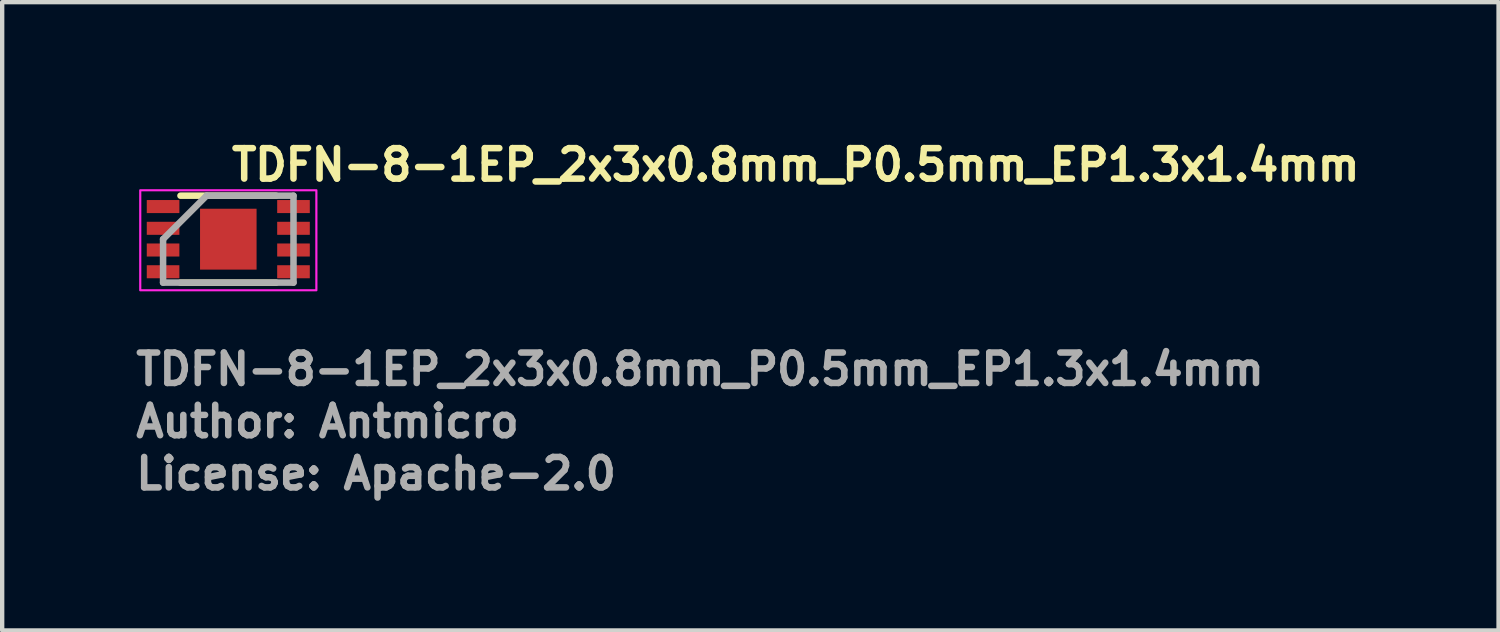
<source format=kicad_pcb>
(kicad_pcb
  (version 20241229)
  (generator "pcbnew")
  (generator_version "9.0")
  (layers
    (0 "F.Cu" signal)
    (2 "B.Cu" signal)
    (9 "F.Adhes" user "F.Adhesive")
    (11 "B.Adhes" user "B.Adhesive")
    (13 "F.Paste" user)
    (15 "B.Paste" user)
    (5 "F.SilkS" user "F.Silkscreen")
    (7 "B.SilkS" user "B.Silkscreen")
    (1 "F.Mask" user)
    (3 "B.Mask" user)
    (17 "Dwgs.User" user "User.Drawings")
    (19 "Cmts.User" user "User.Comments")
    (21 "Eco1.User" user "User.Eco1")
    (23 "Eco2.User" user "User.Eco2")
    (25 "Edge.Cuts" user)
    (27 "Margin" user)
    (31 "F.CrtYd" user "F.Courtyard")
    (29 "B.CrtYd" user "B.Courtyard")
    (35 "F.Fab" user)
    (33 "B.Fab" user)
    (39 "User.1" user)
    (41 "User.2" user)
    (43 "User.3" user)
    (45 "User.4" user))
  (footprint "TDFN-8-1EP_2x3x0.8mm_P0.5mm_EP1.3x1.4mm"
    (layer "F.Cu")
    (at 2.2 2.45)
    (property "Reference" "TDFN-8-1EP_2x3x0.8mm_P0.5mm_EP1.3x1.4mm" (at 0 -1.3 0) (layer "F.SilkS") (effects (font (size 0.7 0.7) (thickness 0.15)) (justify left bottom)))
    (attr smd)
    (fp_line (start -1.1 -1) (end 1.1 -1) (stroke (width 0.15) (type solid)) (layer "F.SilkS"))
    (fp_line (start -1.1 1) (end 1.1 1) (stroke (width 0.15) (type solid)) (layer "F.SilkS"))
    (fp_rect (start -2.025 -1.125) (end 2.025 1.175) (stroke (width 0.05) (type solid)) (fill no) (layer "F.CrtYd"))
    (fp_line (start -1.5 0) (end -0.5 -1) (stroke (width 0.15) (type solid)) (layer "F.Fab"))
    (fp_line (start -1.5 0.999) (end -1.5 0) (stroke (width 0.15) (type solid)) (layer "F.Fab"))
    (fp_line (start -0.5 -1) (end 1.499 -1) (stroke (width 0.15) (type solid)) (layer "F.Fab"))
    (fp_line (start 1.499 -1) (end 1.499 0.999) (stroke (width 0.15) (type solid)) (layer "F.Fab"))
    (fp_line (start 1.499 0.999) (end -1.5 0.999) (stroke (width 0.15) (type solid)) (layer "F.Fab"))
    (fp_line (start -1.52 -0.85) (end -1.5 -0.85) (stroke (width 0.01) (type solid)) (layer "User.9"))
    (fp_line (start -1.52 -0.6) (end -1.52 -0.85) (stroke (width 0.01) (type solid)) (layer "User.9"))
    (fp_line (start -1.52 -0.35) (end -1.5 -0.35) (stroke (width 0.01) (type solid)) (layer "User.9"))
    (fp_line (start -1.52 -0.1) (end -1.52 -0.35) (stroke (width 0.01) (type solid)) (layer "User.9"))
    (fp_line (start -1.52 0.15) (end -1.5 0.15) (stroke (width 0.01) (type solid)) (layer "User.9"))
    (fp_line (start -1.52 0.4) (end -1.52 0.15) (stroke (width 0.01) (type solid)) (layer "User.9"))
    (fp_line (start -1.52 0.65) (end -1.5 0.65) (stroke (width 0.01) (type solid)) (layer "User.9"))
    (fp_line (start -1.52 0.9) (end -1.52 0.65) (stroke (width 0.01) (type solid)) (layer "User.9"))
    (fp_line (start -1.5 -0.975) (end 1.5 -0.975) (stroke (width 0.01) (type solid)) (layer "User.9"))
    (fp_line (start -1.5 -0.6) (end -1.52 -0.6) (stroke (width 0.01) (type solid)) (layer "User.9"))
    (fp_line (start -1.5 -0.1) (end -1.52 -0.1) (stroke (width 0.01) (type solid)) (layer "User.9"))
    (fp_line (start -1.5 0.4) (end -1.52 0.4) (stroke (width 0.01) (type solid)) (layer "User.9"))
    (fp_line (start -1.5 0.9) (end -1.52 0.9) (stroke (width 0.01) (type solid)) (layer "User.9"))
    (fp_line (start -1.5 1.025) (end -1.5 -0.975) (stroke (width 0.01) (type solid)) (layer "User.9"))
    (fp_line (start -1.38 -0.677) (end -1.38 -0.677) (stroke (width 0.01) (type solid)) (layer "User.9"))
    (fp_line (start -1.38 -0.677) (end -1.38 -0.668) (stroke (width 0.01) (type solid)) (layer "User.9"))
    (fp_line (start -1.38 -0.686) (end -1.38 -0.677) (stroke (width 0.01) (type solid)) (layer "User.9"))
    (fp_line (start -1.38 -0.668) (end -1.379 -0.659) (stroke (width 0.01) (type solid)) (layer "User.9"))
    (fp_line (start -1.379 -0.695) (end -1.38 -0.686) (stroke (width 0.01) (type solid)) (layer "User.9"))
    (fp_line (start -1.379 -0.659) (end -1.378 -0.65) (stroke (width 0.01) (type solid)) (layer "User.9"))
    (fp_line (start -1.378 -0.704) (end -1.379 -0.695) (stroke (width 0.01) (type solid)) (layer "User.9"))
    (fp_line (start -1.378 -0.65) (end -1.376 -0.642) (stroke (width 0.01) (type solid)) (layer "User.9"))
    (fp_line (start -1.376 -0.712) (end -1.378 -0.704) (stroke (width 0.01) (type solid)) (layer "User.9"))
    (fp_line (start -1.376 -0.642) (end -1.374 -0.633) (stroke (width 0.01) (type solid)) (layer "User.9"))
    (fp_line (start -1.374 -0.721) (end -1.376 -0.712) (stroke (width 0.01) (type solid)) (layer "User.9"))
    (fp_line (start -1.374 -0.633) (end -1.372 -0.625) (stroke (width 0.01) (type solid)) (layer "User.9"))
    (fp_line (start -1.372 -0.729) (end -1.374 -0.721) (stroke (width 0.01) (type solid)) (layer "User.9"))
    (fp_line (start -1.372 -0.625) (end -1.369 -0.617) (stroke (width 0.01) (type solid)) (layer "User.9"))
    (fp_line (start -1.369 -0.737) (end -1.372 -0.729) (stroke (width 0.01) (type solid)) (layer "User.9"))
    (fp_line (start -1.369 -0.617) (end -1.366 -0.609) (stroke (width 0.01) (type solid)) (layer "User.9"))
    (fp_line (start -1.366 -0.745) (end -1.369 -0.737) (stroke (width 0.01) (type solid)) (layer "User.9"))
    (fp_line (start -1.366 -0.609) (end -1.363 -0.601) (stroke (width 0.01) (type solid)) (layer "User.9"))
    (fp_line (start -1.363 -0.753) (end -1.366 -0.745) (stroke (width 0.01) (type solid)) (layer "User.9"))
    (fp_line (start -1.363 -0.601) (end -1.359 -0.593) (stroke (width 0.01) (type solid)) (layer "User.9"))
    (fp_line (start -1.359 -0.76) (end -1.363 -0.753) (stroke (width 0.01) (type solid)) (layer "User.9"))
    (fp_line (start -1.359 -0.593) (end -1.355 -0.586) (stroke (width 0.01) (type solid)) (layer "User.9"))
    (fp_line (start -1.355 -0.768) (end -1.359 -0.76) (stroke (width 0.01) (type solid)) (layer "User.9"))
    (fp_line (start -1.355 -0.586) (end -1.35 -0.579) (stroke (width 0.01) (type solid)) (layer "User.9"))
    (fp_line (start -1.35 -0.775) (end -1.355 -0.768) (stroke (width 0.01) (type solid)) (layer "User.9"))
    (fp_line (start -1.35 -0.579) (end -1.345 -0.572) (stroke (width 0.01) (type solid)) (layer "User.9"))
    (fp_line (start -1.345 -0.782) (end -1.35 -0.775) (stroke (width 0.01) (type solid)) (layer "User.9"))
    (fp_line (start -1.345 -0.572) (end -1.34 -0.566) (stroke (width 0.01) (type solid)) (layer "User.9"))
    (fp_line (start -1.34 -0.788) (end -1.345 -0.782) (stroke (width 0.01) (type solid)) (layer "User.9"))
    (fp_line (start -1.34 -0.566) (end -1.334 -0.559) (stroke (width 0.01) (type solid)) (layer "User.9"))
    (fp_line (start -1.334 -0.795) (end -1.34 -0.788) (stroke (width 0.01) (type solid)) (layer "User.9"))
    (fp_line (start -1.334 -0.559) (end -1.329 -0.553) (stroke (width 0.01) (type solid)) (layer "User.9"))
    (fp_line (start -1.329 -0.801) (end -1.334 -0.795) (stroke (width 0.01) (type solid)) (layer "User.9"))
    (fp_line (start -1.329 -0.553) (end -1.323 -0.547) (stroke (width 0.01) (type solid)) (layer "User.9"))
    (fp_line (start -1.323 -0.806) (end -1.329 -0.801) (stroke (width 0.01) (type solid)) (layer "User.9"))
    (fp_line (start -1.323 -0.547) (end -1.316 -0.542) (stroke (width 0.01) (type solid)) (layer "User.9"))
    (fp_line (start -1.316 -0.812) (end -1.323 -0.806) (stroke (width 0.01) (type solid)) (layer "User.9"))
    (fp_line (start -1.316 -0.542) (end -1.31 -0.537) (stroke (width 0.01) (type solid)) (layer "User.9"))
    (fp_line (start -1.31 -0.817) (end -1.316 -0.812) (stroke (width 0.01) (type solid)) (layer "User.9"))
    (fp_line (start -1.31 -0.537) (end -1.303 -0.532) (stroke (width 0.01) (type solid)) (layer "User.9"))
    (fp_line (start -1.303 -0.822) (end -1.31 -0.817) (stroke (width 0.01) (type solid)) (layer "User.9"))
    (fp_line (start -1.303 -0.532) (end -1.296 -0.527) (stroke (width 0.01) (type solid)) (layer "User.9"))
    (fp_line (start -1.296 -0.827) (end -1.303 -0.822) (stroke (width 0.01) (type solid)) (layer "User.9"))
    (fp_line (start -1.296 -0.527) (end -1.288 -0.523) (stroke (width 0.01) (type solid)) (layer "User.9"))
    (fp_line (start -1.288 -0.831) (end -1.296 -0.827) (stroke (width 0.01) (type solid)) (layer "User.9"))
    (fp_line (start -1.288 -0.523) (end -1.281 -0.519) (stroke (width 0.01) (type solid)) (layer "User.9"))
    (fp_line (start -1.281 -0.835) (end -1.288 -0.831) (stroke (width 0.01) (type solid)) (layer "User.9"))
    (fp_line (start -1.281 -0.519) (end -1.273 -0.516) (stroke (width 0.01) (type solid)) (layer "User.9"))
    (fp_line (start -1.273 -0.838) (end -1.281 -0.835) (stroke (width 0.01) (type solid)) (layer "User.9"))
    (fp_line (start -1.273 -0.516) (end -1.265 -0.512) (stroke (width 0.01) (type solid)) (layer "User.9"))
    (fp_line (start -1.265 -0.841) (end -1.273 -0.838) (stroke (width 0.01) (type solid)) (layer "User.9"))
    (fp_line (start -1.265 -0.512) (end -1.257 -0.51) (stroke (width 0.01) (type solid)) (layer "User.9"))
    (fp_line (start -1.257 -0.844) (end -1.265 -0.841) (stroke (width 0.01) (type solid)) (layer "User.9"))
    (fp_line (start -1.257 -0.51) (end -1.249 -0.507) (stroke (width 0.01) (type solid)) (layer "User.9"))
    (fp_line (start -1.249 -0.846) (end -1.257 -0.844) (stroke (width 0.01) (type solid)) (layer "User.9"))
    (fp_line (start -1.249 -0.507) (end -1.24 -0.505) (stroke (width 0.01) (type solid)) (layer "User.9"))
    (fp_line (start -1.24 -0.848) (end -1.249 -0.846) (stroke (width 0.01) (type solid)) (layer "User.9"))
    (fp_line (start -1.24 -0.505) (end -1.232 -0.504) (stroke (width 0.01) (type solid)) (layer "User.9"))
    (fp_line (start -1.232 -0.85) (end -1.24 -0.848) (stroke (width 0.01) (type solid)) (layer "User.9"))
    (fp_line (start -1.232 -0.504) (end -1.223 -0.503) (stroke (width 0.01) (type solid)) (layer "User.9"))
    (fp_line (start -1.223 -0.851) (end -1.232 -0.85) (stroke (width 0.01) (type solid)) (layer "User.9"))
    (fp_line (start -1.223 -0.503) (end -1.214 -0.502) (stroke (width 0.01) (type solid)) (layer "User.9"))
    (fp_line (start -1.214 -0.852) (end -1.223 -0.851) (stroke (width 0.01) (type solid)) (layer "User.9"))
    (fp_line (start -1.214 -0.502) (end -1.205 -0.502) (stroke (width 0.01) (type solid)) (layer "User.9"))
    (fp_line (start -1.205 -0.852) (end -1.214 -0.852) (stroke (width 0.01) (type solid)) (layer "User.9"))
    (fp_line (start -1.205 -0.502) (end -1.196 -0.502) (stroke (width 0.01) (type solid)) (layer "User.9"))
    (fp_line (start -1.196 -0.852) (end -1.205 -0.852) (stroke (width 0.01) (type solid)) (layer "User.9"))
    (fp_line (start -1.196 -0.502) (end -1.187 -0.503) (stroke (width 0.01) (type solid)) (layer "User.9"))
    (fp_line (start -1.187 -0.851) (end -1.196 -0.852) (stroke (width 0.01) (type solid)) (layer "User.9"))
    (fp_line (start -1.187 -0.503) (end -1.178 -0.504) (stroke (width 0.01) (type solid)) (layer "User.9"))
    (fp_line (start -1.178 -0.85) (end -1.187 -0.851) (stroke (width 0.01) (type solid)) (layer "User.9"))
    (fp_line (start -1.178 -0.504) (end -1.17 -0.505) (stroke (width 0.01) (type solid)) (layer "User.9"))
    (fp_line (start -1.17 -0.848) (end -1.178 -0.85) (stroke (width 0.01) (type solid)) (layer "User.9"))
    (fp_line (start -1.17 -0.505) (end -1.161 -0.507) (stroke (width 0.01) (type solid)) (layer "User.9"))
    (fp_line (start -1.161 -0.846) (end -1.17 -0.848) (stroke (width 0.01) (type solid)) (layer "User.9"))
    (fp_line (start -1.161 -0.507) (end -1.153 -0.51) (stroke (width 0.01) (type solid)) (layer "User.9"))
    (fp_line (start -1.153 -0.844) (end -1.161 -0.846) (stroke (width 0.01) (type solid)) (layer "User.9"))
    (fp_line (start -1.153 -0.51) (end -1.145 -0.512) (stroke (width 0.01) (type solid)) (layer "User.9"))
    (fp_line (start -1.145 -0.841) (end -1.153 -0.844) (stroke (width 0.01) (type solid)) (layer "User.9"))
    (fp_line (start -1.145 -0.512) (end -1.137 -0.516) (stroke (width 0.01) (type solid)) (layer "User.9"))
    (fp_line (start -1.137 -0.838) (end -1.145 -0.841) (stroke (width 0.01) (type solid)) (layer "User.9"))
    (fp_line (start -1.137 -0.516) (end -1.129 -0.519) (stroke (width 0.01) (type solid)) (layer "User.9"))
    (fp_line (start -1.129 -0.835) (end -1.137 -0.838) (stroke (width 0.01) (type solid)) (layer "User.9"))
    (fp_line (start -1.129 -0.519) (end -1.122 -0.523) (stroke (width 0.01) (type solid)) (layer "User.9"))
    (fp_line (start -1.122 -0.831) (end -1.129 -0.835) (stroke (width 0.01) (type solid)) (layer "User.9"))
    (fp_line (start -1.122 -0.523) (end -1.114 -0.527) (stroke (width 0.01) (type solid)) (layer "User.9"))
    (fp_line (start -1.114 -0.827) (end -1.122 -0.831) (stroke (width 0.01) (type solid)) (layer "User.9"))
    (fp_line (start -1.114 -0.527) (end -1.107 -0.532) (stroke (width 0.01) (type solid)) (layer "User.9"))
    (fp_line (start -1.107 -0.822) (end -1.114 -0.827) (stroke (width 0.01) (type solid)) (layer "User.9"))
    (fp_line (start -1.107 -0.532) (end -1.1 -0.537) (stroke (width 0.01) (type solid)) (layer "User.9"))
    (fp_line (start -1.1 -0.817) (end -1.107 -0.822) (stroke (width 0.01) (type solid)) (layer "User.9"))
    (fp_line (start -1.1 -0.537) (end -1.094 -0.542) (stroke (width 0.01) (type solid)) (layer "User.9"))
    (fp_line (start -1.094 -0.812) (end -1.1 -0.817) (stroke (width 0.01) (type solid)) (layer "User.9"))
    (fp_line (start -1.094 -0.542) (end -1.087 -0.547) (stroke (width 0.01) (type solid)) (layer "User.9"))
    (fp_line (start -1.087 -0.806) (end -1.094 -0.812) (stroke (width 0.01) (type solid)) (layer "User.9"))
    (fp_line (start -1.087 -0.547) (end -1.081 -0.553) (stroke (width 0.01) (type solid)) (layer "User.9"))
    (fp_line (start -1.081 -0.801) (end -1.087 -0.806) (stroke (width 0.01) (type solid)) (layer "User.9"))
    (fp_line (start -1.081 -0.553) (end -1.075 -0.559) (stroke (width 0.01) (type solid)) (layer "User.9"))
    (fp_line (start -1.075 -0.795) (end -1.081 -0.801) (stroke (width 0.01) (type solid)) (layer "User.9"))
    (fp_line (start -1.075 -0.559) (end -1.07 -0.566) (stroke (width 0.01) (type solid)) (layer "User.9"))
    (fp_line (start -1.07 -0.788) (end -1.075 -0.795) (stroke (width 0.01) (type solid)) (layer "User.9"))
    (fp_line (start -1.07 -0.566) (end -1.065 -0.572) (stroke (width 0.01) (type solid)) (layer "User.9"))
    (fp_line (start -1.065 -0.782) (end -1.07 -0.788) (stroke (width 0.01) (type solid)) (layer "User.9"))
    (fp_line (start -1.065 -0.572) (end -1.06 -0.579) (stroke (width 0.01) (type solid)) (layer "User.9"))
    (fp_line (start -1.06 -0.775) (end -1.065 -0.782) (stroke (width 0.01) (type solid)) (layer "User.9"))
    (fp_line (start -1.06 -0.579) (end -1.055 -0.586) (stroke (width 0.01) (type solid)) (layer "User.9"))
    (fp_line (start -1.055 -0.768) (end -1.06 -0.775) (stroke (width 0.01) (type solid)) (layer "User.9"))
    (fp_line (start -1.055 -0.586) (end -1.051 -0.593) (stroke (width 0.01) (type solid)) (layer "User.9"))
    (fp_line (start -1.051 -0.76) (end -1.055 -0.768) (stroke (width 0.01) (type solid)) (layer "User.9"))
    (fp_line (start -1.051 -0.593) (end -1.047 -0.601) (stroke (width 0.01) (type solid)) (layer "User.9"))
    (fp_line (start -1.047 -0.753) (end -1.051 -0.76) (stroke (width 0.01) (type solid)) (layer "User.9"))
    (fp_line (start -1.047 -0.601) (end -1.044 -0.609) (stroke (width 0.01) (type solid)) (layer "User.9"))
    (fp_line (start -1.044 -0.745) (end -1.047 -0.753) (stroke (width 0.01) (type solid)) (layer "User.9"))
    (fp_line (start -1.044 -0.609) (end -1.041 -0.617) (stroke (width 0.01) (type solid)) (layer "User.9"))
    (fp_line (start -1.041 -0.737) (end -1.044 -0.745) (stroke (width 0.01) (type solid)) (layer "User.9"))
    (fp_line (start -1.041 -0.617) (end -1.038 -0.625) (stroke (width 0.01) (type solid)) (layer "User.9"))
    (fp_line (start -1.038 -0.729) (end -1.041 -0.737) (stroke (width 0.01) (type solid)) (layer "User.9"))
    (fp_line (start -1.038 -0.625) (end -1.035 -0.633) (stroke (width 0.01) (type solid)) (layer "User.9"))
    (fp_line (start -1.035 -0.721) (end -1.038 -0.729) (stroke (width 0.01) (type solid)) (layer "User.9"))
    (fp_line (start -1.035 -0.633) (end -1.034 -0.642) (stroke (width 0.01) (type solid)) (layer "User.9"))
    (fp_line (start -1.034 -0.712) (end -1.035 -0.721) (stroke (width 0.01) (type solid)) (layer "User.9"))
    (fp_line (start -1.034 -0.642) (end -1.032 -0.65) (stroke (width 0.01) (type solid)) (layer "User.9"))
    (fp_line (start -1.032 -0.704) (end -1.034 -0.712) (stroke (width 0.01) (type solid)) (layer "User.9"))
    (fp_line (start -1.032 -0.65) (end -1.031 -0.659) (stroke (width 0.01) (type solid)) (layer "User.9"))
    (fp_line (start -1.031 -0.695) (end -1.032 -0.704) (stroke (width 0.01) (type solid)) (layer "User.9"))
    (fp_line (start -1.031 -0.659) (end -1.03 -0.668) (stroke (width 0.01) (type solid)) (layer "User.9"))
    (fp_line (start -1.03 -0.686) (end -1.031 -0.695) (stroke (width 0.01) (type solid)) (layer "User.9"))
    (fp_line (start -1.03 -0.668) (end -1.03 -0.677) (stroke (width 0.01) (type solid)) (layer "User.9"))
    (fp_line (start -1.03 -0.677) (end -1.03 -0.686) (stroke (width 0.01) (type solid)) (layer "User.9"))
    (fp_line (start -1.03 -0.677) (end -1.03 -0.677) (stroke (width 0.01) (type solid)) (layer "User.9"))
    (fp_line (start 1.5 -0.975) (end 1.5 1.025) (stroke (width 0.01) (type solid)) (layer "User.9"))
    (fp_line (start 1.5 -0.6) (end 1.52 -0.6) (stroke (width 0.01) (type solid)) (layer "User.9"))
    (fp_line (start 1.5 -0.1) (end 1.52 -0.1) (stroke (width 0.01) (type solid)) (layer "User.9"))
    (fp_line (start 1.5 0.4) (end 1.52 0.4) (stroke (width 0.01) (type solid)) (layer "User.9"))
    (fp_line (start 1.5 0.9) (end 1.52 0.9) (stroke (width 0.01) (type solid)) (layer "User.9"))
    (fp_line (start 1.5 1.025) (end -1.5 1.025) (stroke (width 0.01) (type solid)) (layer "User.9"))
    (fp_line (start 1.52 -0.85) (end 1.5 -0.85) (stroke (width 0.01) (type solid)) (layer "User.9"))
    (fp_line (start 1.52 -0.6) (end 1.52 -0.85) (stroke (width 0.01) (type solid)) (layer "User.9"))
    (fp_line (start 1.52 -0.35) (end 1.5 -0.35) (stroke (width 0.01) (type solid)) (layer "User.9"))
    (fp_line (start 1.52 -0.1) (end 1.52 -0.35) (stroke (width 0.01) (type solid)) (layer "User.9"))
    (fp_line (start 1.52 0.15) (end 1.5 0.15) (stroke (width 0.01) (type solid)) (layer "User.9"))
    (fp_line (start 1.52 0.4) (end 1.52 0.15) (stroke (width 0.01) (type solid)) (layer "User.9"))
    (fp_line (start 1.52 0.65) (end 1.5 0.65) (stroke (width 0.01) (type solid)) (layer "User.9"))
    (fp_line (start 1.52 0.9) (end 1.52 0.65) (stroke (width 0.01) (type solid)) (layer "User.9"))
    (fp_text user "Author: Antmicro" (at -2.2 4.601 0) (layer "F.Fab") (effects (font (size 0.7 0.7) (thickness 0.15)) (justify left bottom)))
    (fp_text user "${REFERENCE}" (at -2.2 3.4 0) (layer "F.Fab") (effects (font (size 0.7 0.7) (thickness 0.15)) (justify left bottom)))
    (fp_text user "License: Apache-2.0" (at -2.2 5.801 0) (layer "F.Fab") (effects (font (size 0.7 0.7) (thickness 0.15)) (justify left bottom)))
    (pad "" smd rect (at -0.326 -0.375) (size 0.5 0.6) (layers "F.Paste"))
    (pad "" smd rect (at -0.326 0.374) (size 0.5 0.6) (layers "F.Paste"))
    (pad "" smd rect (at 0.325 -0.375) (size 0.5 0.6) (layers "F.Paste"))
    (pad "" smd rect (at 0.325 0.374) (size 0.5 0.6) (layers "F.Paste"))
    (pad "1" smd rect (at -1.5 -0.75) (size 0.75 0.3) (layers "F.Cu" "F.Mask" "F.Paste"))
    (pad "2" smd rect (at -1.5 -0.25) (size 0.75 0.3) (layers "F.Cu" "F.Mask" "F.Paste"))
    (pad "3" smd rect (at -1.5 0.249) (size 0.75 0.3) (layers "F.Cu" "F.Mask" "F.Paste"))
    (pad "4" smd rect (at -1.5 0.749) (size 0.75 0.3) (layers "F.Cu" "F.Mask" "F.Paste"))
    (pad "5" smd rect (at 1.499 0.749) (size 0.75 0.3) (layers "F.Cu" "F.Mask" "F.Paste"))
    (pad "6" smd rect (at 1.499 0.249) (size 0.75 0.3) (layers "F.Cu" "F.Mask" "F.Paste"))
    (pad "7" smd rect (at 1.499 -0.25) (size 0.75 0.3) (layers "F.Cu" "F.Mask" "F.Paste"))
    (pad "8" smd rect (at 1.499 -0.75) (size 0.75 0.3) (layers "F.Cu" "F.Mask" "F.Paste"))
    (pad "9" smd rect (at 0 0) (size 1.3 1.4) (layers "F.Cu" "F.Mask")))
  (gr_rect
    (start -3 -3)
    (end 31.41 11.447)
    (stroke (width 0.1) (type default))
    (fill no)
    (layer "Edge.Cuts")))
</source>
